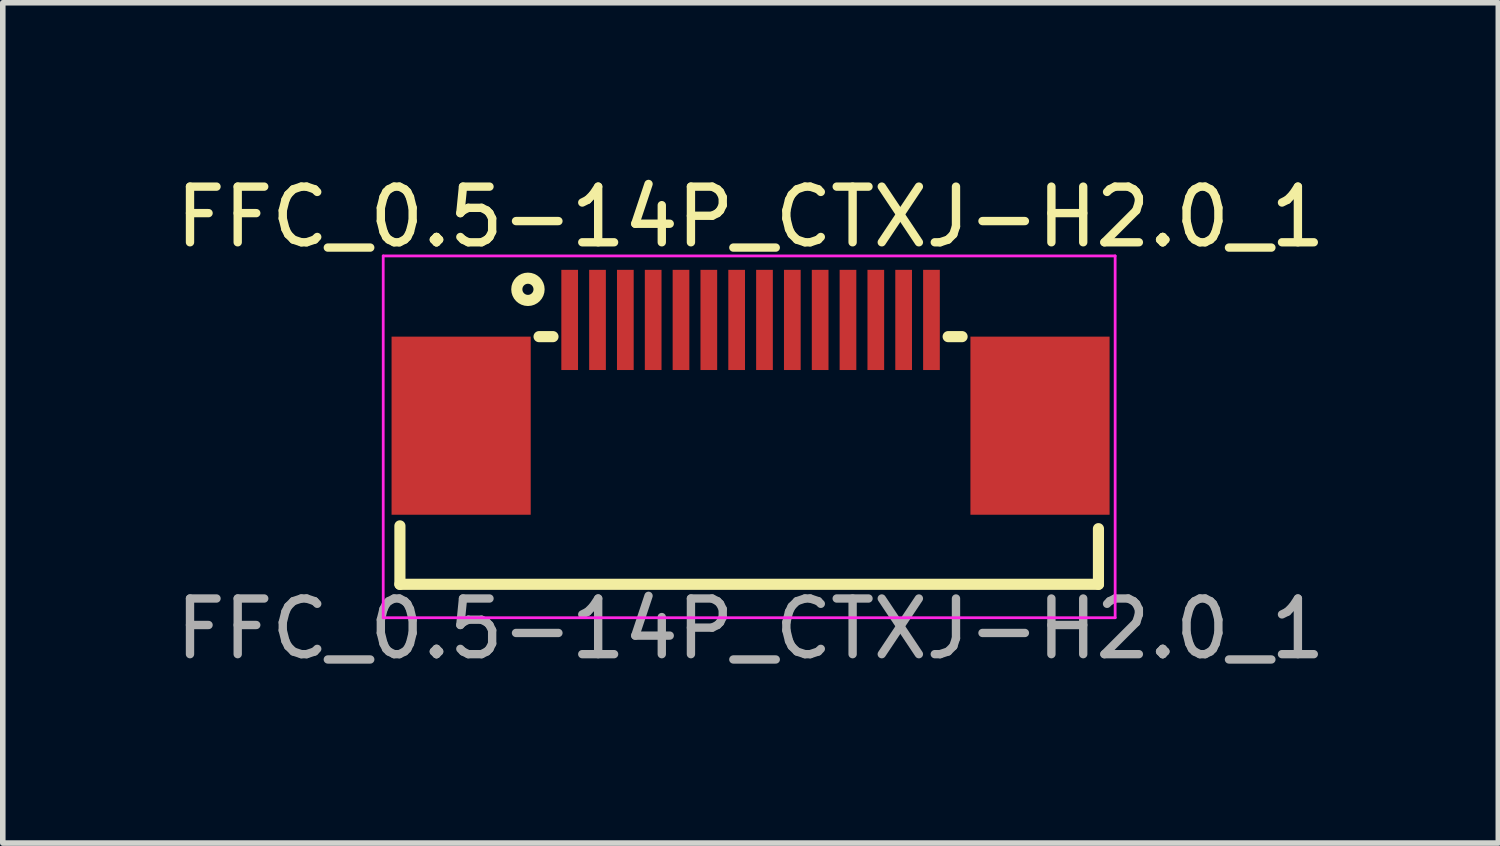
<source format=kicad_pcb>
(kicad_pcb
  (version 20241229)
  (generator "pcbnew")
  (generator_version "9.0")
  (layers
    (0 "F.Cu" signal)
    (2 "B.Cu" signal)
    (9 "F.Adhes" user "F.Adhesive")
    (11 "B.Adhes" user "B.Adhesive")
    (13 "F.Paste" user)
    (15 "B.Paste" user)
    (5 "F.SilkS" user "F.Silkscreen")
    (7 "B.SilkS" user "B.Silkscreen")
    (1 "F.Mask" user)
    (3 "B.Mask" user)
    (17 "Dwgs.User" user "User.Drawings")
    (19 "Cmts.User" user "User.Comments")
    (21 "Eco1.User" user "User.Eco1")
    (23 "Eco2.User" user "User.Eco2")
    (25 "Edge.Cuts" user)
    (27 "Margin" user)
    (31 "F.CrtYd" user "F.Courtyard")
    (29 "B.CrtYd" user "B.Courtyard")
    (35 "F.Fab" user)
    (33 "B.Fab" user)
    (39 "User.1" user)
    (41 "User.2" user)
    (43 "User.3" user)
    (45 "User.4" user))
  (footprint "FFC_0.5-14P_CTXJ-H2.0_1"
    (layer "F.Cu")
    (at 10.435 4.548)
    (property "Reference" "FFC_0.5-14P_CTXJ-H2.0_1" (at 0 -3.7 180) (layer "F.SilkS") (effects (font (size 1 1) (thickness 0.15))))
    (attr smd)
    (fp_line (start -6.3 1.85) (end -6.3 2.9) (stroke (width 0.2) (type default)) (layer "F.SilkS"))
    (fp_line (start -3.8 -1.55) (end -3.55 -1.55) (stroke (width 0.2) (type default)) (layer "F.SilkS"))
    (fp_line (start 3.8 -1.55) (end 3.55 -1.55) (stroke (width 0.2) (type default)) (layer "F.SilkS"))
    (fp_line (start 6.25 1.9) (end 6.25 2.9) (stroke (width 0.2) (type default)) (layer "F.SilkS"))
    (fp_line (start 6.25 2.9) (end -6.3 2.9) (stroke (width 0.2) (type default)) (layer "F.SilkS"))
    (fp_circle (center -4 -2.4) (end -3.8 -2.4) (stroke (width 0.2) (type default)) (fill no) (layer "F.SilkS"))
    (fp_line (start -6.6 -3) (end -6.6 3.5) (stroke (width 0.05) (type solid)) (layer "F.CrtYd"))
    (fp_line (start -6.6 3.5) (end 6.55 3.5) (stroke (width 0.05) (type solid)) (layer "F.CrtYd"))
    (fp_line (start 6.55 -3) (end -6.6 -3) (stroke (width 0.05) (type solid)) (layer "F.CrtYd"))
    (fp_line (start 6.55 3.5) (end 6.55 -3) (stroke (width 0.05) (type solid)) (layer "F.CrtYd"))
    (fp_text user "${REFERENCE}" (at 0 3.7 180) (layer "F.Fab") (effects (font (size 1 1) (thickness 0.15))))
    (pad "1" smd rect (at -3.25 -1.85) (size 0.3 1.8) (layers "F.Cu" "F.Mask" "F.Paste"))
    (pad "2" smd rect (at -2.75 -1.85) (size 0.3 1.8) (layers "F.Cu" "F.Mask" "F.Paste"))
    (pad "3" smd rect (at -2.25 -1.85) (size 0.3 1.8) (layers "F.Cu" "F.Mask" "F.Paste"))
    (pad "4" smd rect (at -1.75 -1.85) (size 0.3 1.8) (layers "F.Cu" "F.Mask" "F.Paste"))
    (pad "5" smd rect (at -1.25 -1.85) (size 0.3 1.8) (layers "F.Cu" "F.Mask" "F.Paste"))
    (pad "6" smd rect (at -0.75 -1.85) (size 0.3 1.8) (layers "F.Cu" "F.Mask" "F.Paste"))
    (pad "7" smd rect (at -0.25 -1.85) (size 0.3 1.8) (layers "F.Cu" "F.Mask" "F.Paste"))
    (pad "8" smd rect (at 0.25 -1.85) (size 0.3 1.8) (layers "F.Cu" "F.Mask" "F.Paste"))
    (pad "9" smd rect (at 0.75 -1.85) (size 0.3 1.8) (layers "F.Cu" "F.Mask" "F.Paste"))
    (pad "10" smd rect (at 1.25 -1.85) (size 0.3 1.8) (layers "F.Cu" "F.Mask" "F.Paste"))
    (pad "11" smd rect (at 1.75 -1.85) (size 0.3 1.8) (layers "F.Cu" "F.Mask" "F.Paste"))
    (pad "12" smd rect (at 2.25 -1.85) (size 0.3 1.8) (layers "F.Cu" "F.Mask" "F.Paste"))
    (pad "13" smd rect (at 2.75 -1.85) (size 0.3 1.8) (layers "F.Cu" "F.Mask" "F.Paste"))
    (pad "14" smd rect (at 3.25 -1.85) (size 0.3 1.8) (layers "F.Cu" "F.Mask" "F.Paste"))
    (pad "MP" smd rect (at -5.2 0.05) (size 2.5 3.2) (layers "F.Cu" "F.Mask" "F.Paste"))
    (pad "MP" smd rect (at 5.2 0.05) (size 2.5 3.2) (layers "F.Cu" "F.Mask" "F.Paste")))
  (gr_rect
    (start -3 -3)
    (end 23.869 12.097)
    (stroke (width 0.1) (type default))
    (fill no)
    (layer "Edge.Cuts")))
</source>
